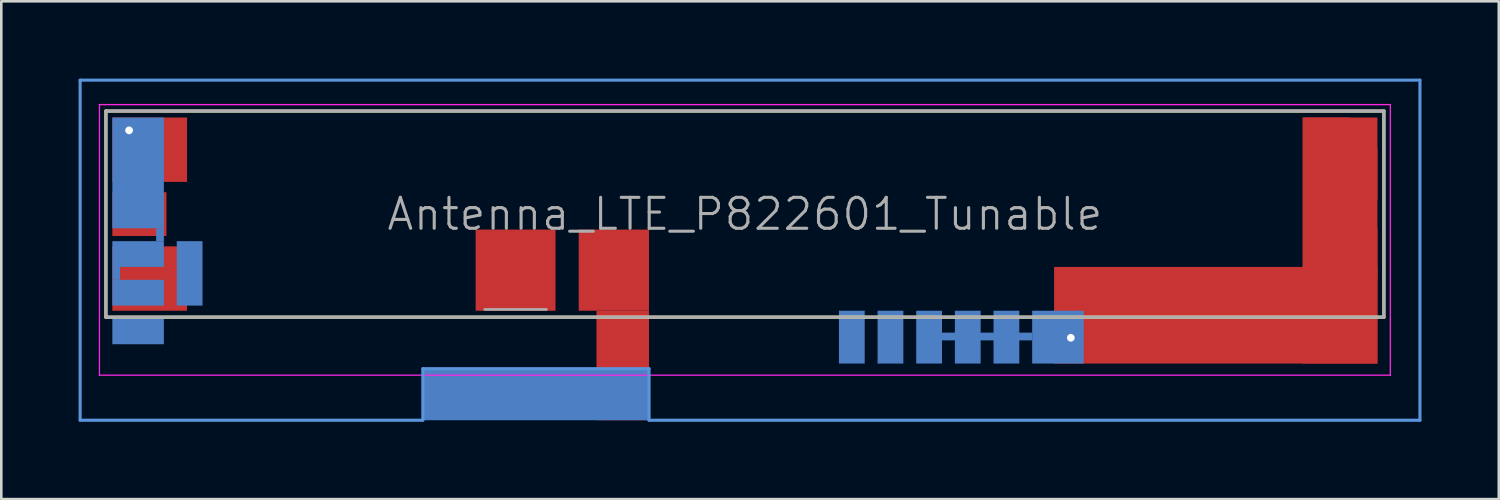
<source format=kicad_pcb>
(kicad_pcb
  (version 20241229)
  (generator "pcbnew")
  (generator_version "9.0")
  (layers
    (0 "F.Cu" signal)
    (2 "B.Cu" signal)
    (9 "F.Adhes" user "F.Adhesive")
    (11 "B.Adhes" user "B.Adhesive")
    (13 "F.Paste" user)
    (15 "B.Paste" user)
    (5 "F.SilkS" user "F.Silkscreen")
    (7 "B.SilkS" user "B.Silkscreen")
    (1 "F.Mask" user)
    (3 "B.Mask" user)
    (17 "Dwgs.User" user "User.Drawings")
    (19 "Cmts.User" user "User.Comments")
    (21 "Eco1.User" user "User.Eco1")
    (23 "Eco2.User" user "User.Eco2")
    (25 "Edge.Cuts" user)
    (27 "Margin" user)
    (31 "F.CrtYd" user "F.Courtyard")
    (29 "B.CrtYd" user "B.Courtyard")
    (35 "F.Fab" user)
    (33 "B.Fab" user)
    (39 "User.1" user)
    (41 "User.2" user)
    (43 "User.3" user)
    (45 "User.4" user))
  (footprint "Antenna_LTE_P822601_Tunable"
    (layer "F.Cu")
    (at 1.06 1.26)
    (property "Reference" "Antenna_LTE_P822601_Tunable" (at 24.8 4 0) (layer "F.Fab") (effects (font (size 1.2 1.2) (thickness 0.12))))
    (attr smd)
    (fp_rect (start 36.8 6.05) (end 49.35 9.8) (stroke (width 0) (type solid)) (fill yes) (layer "F.Cu"))
    (fp_rect (start 46.45 9.8) (end 49.35 0.25) (stroke (width 0) (type solid)) (fill yes) (layer "F.Cu"))
    (fp_rect (start 0.25 0.25) (end 2.25 4.55) (stroke (width 0) (type solid)) (fill yes) (layer "B.Cu"))
    (fp_rect (start 0.25 5.05) (end 2.25 6.05) (stroke (width 0) (type solid)) (fill yes) (layer "B.Cu"))
    (fp_rect (start 0.25 6.05) (end 0.55 6.55) (stroke (width 0) (type solid)) (fill yes) (layer "B.Cu"))
    (fp_rect (start 0.25 6.55) (end 2.25 7.55) (stroke (width 0) (type solid)) (fill yes) (layer "B.Cu"))
    (fp_rect (start 0.25 8.05) (end 2.25 9.05) (stroke (width 0) (type solid)) (fill yes) (layer "B.Cu"))
    (fp_rect (start 1.95 4.55) (end 2.25 5.05) (stroke (width 0) (type solid)) (fill yes) (layer "B.Cu"))
    (fp_rect (start 2.75 5.05) (end 3.75 7.55) (stroke (width 0) (type solid)) (fill yes) (layer "B.Cu"))
    (fp_rect (start 28.45 7.75) (end 29.45 9.8) (stroke (width 0) (type solid)) (fill yes) (layer "B.Cu"))
    (fp_rect (start 29.95 7.75) (end 30.95 9.8) (stroke (width 0) (type solid)) (fill yes) (layer "B.Cu"))
    (fp_rect (start 31.45 7.75) (end 32.45 9.8) (stroke (width 0) (type solid)) (fill yes) (layer "B.Cu"))
    (fp_rect (start 32.45 8.6) (end 35.95 8.9) (stroke (width 0) (type solid)) (fill yes) (layer "B.Cu"))
    (fp_rect (start 32.95 7.75) (end 33.95 9.8) (stroke (width 0) (type solid)) (fill yes) (layer "B.Cu"))
    (fp_rect (start 34.45 7.75) (end 35.45 9.8) (stroke (width 0) (type solid)) (fill yes) (layer "B.Cu"))
    (fp_rect (start 35.95 7.75) (end 37.95 9.8) (stroke (width 0) (type solid)) (fill yes) (layer "B.Cu"))
    (fp_rect (start 0.24 3.95) (end 0.77 4.55) (stroke (width 0) (type solid)) (fill yes) (layer "B.Mask"))
    (fp_rect (start 0.24 5.05) (end 0.77 5.65) (stroke (width 0) (type solid)) (fill yes) (layer "B.Mask"))
    (fp_rect (start 0.24 6.95) (end 0.77 7.55) (stroke (width 0) (type solid)) (fill yes) (layer "B.Mask"))
    (fp_rect (start 0.24 8.05) (end 0.77 8.65) (stroke (width 0) (type solid)) (fill yes) (layer "B.Mask"))
    (fp_rect (start 1.72 5.45) (end 2.25 6.05) (stroke (width 0) (type solid)) (fill yes) (layer "B.Mask"))
    (fp_rect (start 1.72 6.55) (end 2.25 7.15) (stroke (width 0) (type solid)) (fill yes) (layer "B.Mask"))
    (fp_rect (start 2.75 5.45) (end 3.27 6.05) (stroke (width 0) (type solid)) (fill yes) (layer "B.Mask"))
    (fp_rect (start 2.75 6.55) (end 3.27 7.15) (stroke (width 0) (type solid)) (fill yes) (layer "B.Mask"))
    (fp_rect (start 28.85 9.27) (end 29.45 9.8) (stroke (width 0) (type solid)) (fill yes) (layer "B.Mask"))
    (fp_rect (start 29.95 9.27) (end 30.55 9.8) (stroke (width 0) (type solid)) (fill yes) (layer "B.Mask"))
    (fp_rect (start 30.35 7.75) (end 30.95 8.28) (stroke (width 0) (type solid)) (fill yes) (layer "B.Mask"))
    (fp_rect (start 31.45 7.75) (end 32.05 8.28) (stroke (width 0) (type solid)) (fill yes) (layer "B.Mask"))
    (fp_rect (start 31.85 9.27) (end 32.45 9.8) (stroke (width 0) (type solid)) (fill yes) (layer "B.Mask"))
    (fp_rect (start 32.95 9.27) (end 33.55 9.8) (stroke (width 0) (type solid)) (fill yes) (layer "B.Mask"))
    (fp_rect (start 33.35 7.75) (end 33.95 8.28) (stroke (width 0) (type solid)) (fill yes) (layer "B.Mask"))
    (fp_rect (start 34.45 7.75) (end 35.05 8.28) (stroke (width 0) (type solid)) (fill yes) (layer "B.Mask"))
    (fp_rect (start 34.85 9.27) (end 35.45 9.8) (stroke (width 0) (type solid)) (fill yes) (layer "B.Mask"))
    (fp_rect (start 35.95 9.27) (end 36.55 9.8) (stroke (width 0) (type solid)) (fill yes) (layer "B.Mask"))
    (fp_line (start 0 0) (end 49.6 0) (stroke (width 0.12) (type default)) (layer "F.SilkS"))
    (fp_line (start 0 8) (end 0 0) (stroke (width 0.12) (type default)) (layer "F.SilkS"))
    (fp_line (start 49.6 0) (end 49.6 8) (stroke (width 0.12) (type default)) (layer "F.SilkS"))
    (fp_line (start 49.6 8) (end 0 8) (stroke (width 0.12) (type default)) (layer "F.SilkS"))
    (fp_line (start -1 -1.2) (end 51 -1.2) (stroke (width 0.12) (type default)) (layer "Cmts.User"))
    (fp_line (start -1 12) (end -1 -1.2) (stroke (width 0.12) (type default)) (layer "Cmts.User"))
    (fp_line (start -1 12) (end 12.3 12) (stroke (width 0.12) (type default)) (layer "Cmts.User"))
    (fp_line (start 12.3 10) (end 21.08 10) (stroke (width 0.12) (type default)) (layer "Cmts.User"))
    (fp_line (start 12.3 12) (end 12.3 10) (stroke (width 0.12) (type default)) (layer "Cmts.User"))
    (fp_line (start 21.08 10) (end 21.08 12) (stroke (width 0.12) (type default)) (layer "Cmts.User"))
    (fp_line (start 21.08 12) (end 51 12) (stroke (width 0.12) (type default)) (layer "Cmts.User"))
    (fp_line (start 51 -1.2) (end 51 12) (stroke (width 0.12) (type default)) (layer "Cmts.User"))
    (fp_line (start -0.25 -0.25) (end 49.85 -0.25) (stroke (width 0.05) (type solid)) (layer "F.CrtYd"))
    (fp_line (start -0.25 10.25) (end -0.25 -0.25) (stroke (width 0.05) (type solid)) (layer "F.CrtYd"))
    (fp_line (start 49.85 -0.25) (end 49.85 10.25) (stroke (width 0.05) (type solid)) (layer "F.CrtYd"))
    (fp_line (start 49.85 10.25) (end -0.25 10.25) (stroke (width 0.05) (type solid)) (layer "F.CrtYd"))
    (fp_line (start 0 0) (end 49.6 0) (stroke (width 0.127) (type solid)) (layer "F.Fab"))
    (fp_line (start 0 8) (end 0 0) (stroke (width 0.127) (type solid)) (layer "F.Fab"))
    (fp_line (start 14.7 7.7) (end 17.1 7.7) (stroke (width 0.1) (type default)) (layer "F.Fab"))
    (fp_line (start 49.6 0) (end 49.6 8) (stroke (width 0.127) (type solid)) (layer "F.Fab"))
    (fp_line (start 49.6 8) (end 0 8) (stroke (width 0.127) (type solid)) (layer "F.Fab"))
    (pad "" thru_hole circle (at 37.45 8.8 90) (size 0.6 0.6) (drill 0.3) (property pad_prop_fiducial_loc) (layers "*.Cu"))
    (pad "1" smd rect (at 15.9 6.175 180) (size 3.1 3.15) (layers "F.Cu" "F.Mask" "F.Paste"))
    (pad "2" smd rect (at 16.69 11 90) (size 2 8.78) (layers "B.Cu" "B.Paste"))
    (pad "2" smd rect (at 19.715 6.175) (size 2.73 3.15) (layers "F.Cu" "F.Mask" "F.Paste"))
    (pad "2" smd rect (at 20.06 9.875) (size 2.04 4.25) (layers "F.Cu"))
    (pad "3" smd rect (at 47.35 4 90) (size 7.5 1.8) (layers "F.Cu" "F.Mask" "F.Paste"))
    (pad "3" smd rect (at 48.8 2.45 90) (size 2 1.1) (layers "F.Cu" "F.Mask" "F.Paste"))
    (pad "3" smd rect (at 48.8 5.55 90) (size 2 1.1) (layers "F.Cu" "F.Mask" "F.Paste"))
    (pad "4" smd rect (at 40.3 7.15) (size 2.4 1.2) (layers "F.Cu" "F.Mask" "F.Paste"))
    (pad "5" thru_hole circle (at 0.9 0.75 90) (size 0.6 0.6) (drill 0.3) (property pad_prop_fiducial_loc) (layers "*.Cu"))
    (pad "5" smd rect (at 1.7 1.5) (size 2.9 2.5) (layers "F.Cu" "F.Mask" "F.Paste"))
    (pad "6" smd rect (at 1.3 4) (size 2.1 1.7) (layers "F.Cu" "F.Mask" "F.Paste"))
    (pad "7" smd rect (at 1.7 6.5) (size 2.9 2.5) (layers "F.Cu" "F.Mask" "F.Paste")))
  (gr_rect
    (start -3 -3)
    (end 55.12 16.32)
    (stroke (width 0.1) (type default))
    (fill no)
    (layer "Edge.Cuts")))
</source>
